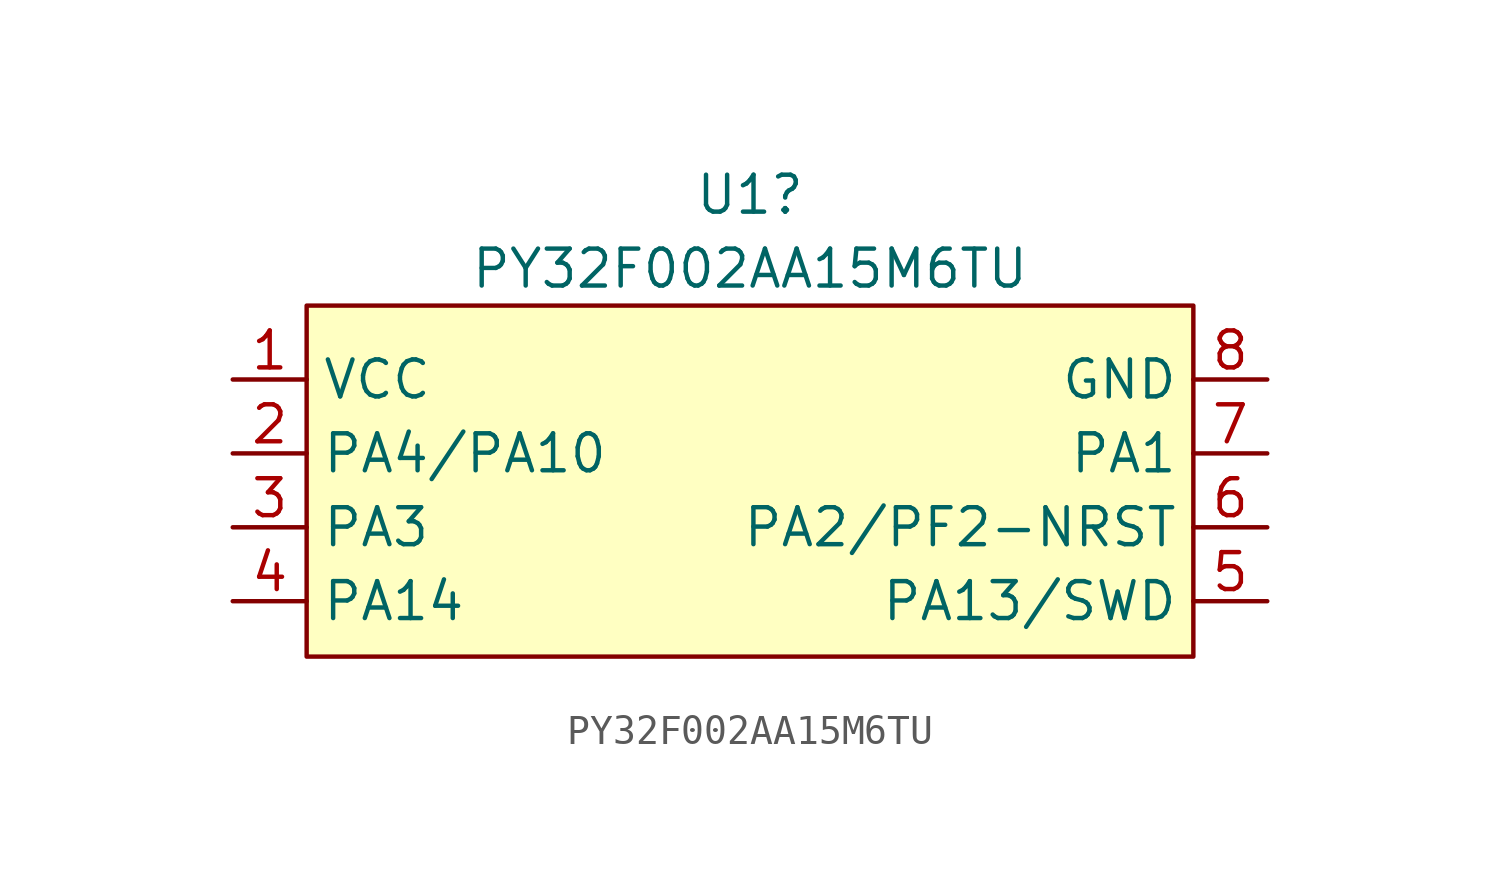
<source format=kicad_sym>
(kicad_symbol_lib
  (version 20241209)
  (generator "kicad_symbol_editor")
  (generator_version "9.0")
  (symbol "PY32F002AA15M6TU"
    (property "Reference" "U1"
      (at 11.43 2.54 0)
      (effects (font (size 1.27 1.27))))
    (property "Value" "PY32F002AA15M6TU"
      (at 11.43 0 0)
      (effects (font (size 1.27 1.27))))
    (symbol "PY32F002AA15M6TU_1_1"
      (rectangle (start -3.81 -1.27) (end 26.67 -13.335) (stroke (width 0) (type default)) (fill (type background)))
      (pin input line (at -6.35 -3.81 0) (length 2.54) (name "VCC" (effects (font (size 1.27 1.27)))) (number "1" (effects (font (size 1.27 1.27)))))
      (pin input line (at -6.35 -6.35 0) (length 2.54) (name "PA4/PA10" (effects (font (size 1.27 1.27)))) (number "2" (effects (font (size 1.27 1.27)))))
      (pin input line (at -6.35 -8.89 0) (length 2.54) (name "PA3" (effects (font (size 1.27 1.27)))) (number "3" (effects (font (size 1.27 1.27)))))
      (pin input line (at -6.35 -11.43 0) (length 2.54) (name "PA14" (effects (font (size 1.27 1.27)))) (number "4" (effects (font (size 1.27 1.27)))))
      (pin input line (at 29.21 -3.81 180) (length 2.54) (name "GND" (effects (font (size 1.27 1.27)))) (number "8" (effects (font (size 1.27 1.27)))))
      (pin input line (at 29.21 -6.35 180) (length 2.54) (name "PA1" (effects (font (size 1.27 1.27)))) (number "7" (effects (font (size 1.27 1.27)))))
      (pin input line (at 29.21 -8.89 180) (length 2.54) (name "PA2/PF2-NRST" (effects (font (size 1.27 1.27)))) (number "6" (effects (font (size 1.27 1.27)))))
      (pin input line (at 29.21 -11.43 180) (length 2.54) (name "PA13/SWD" (effects (font (size 1.27 1.27)))) (number "5" (effects (font (size 1.27 1.27))))))))
</source>
